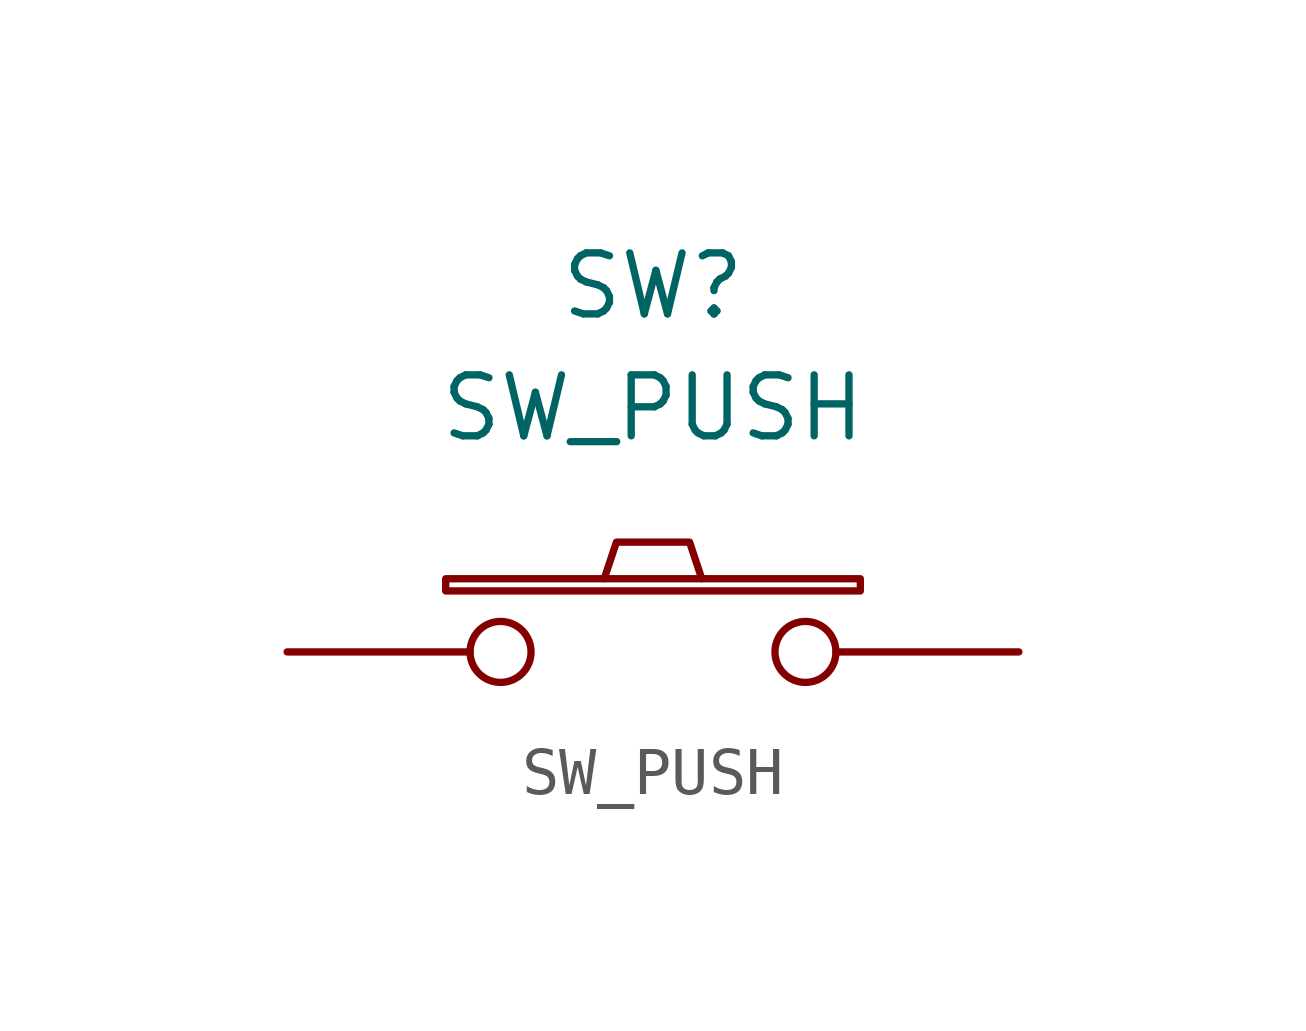
<source format=kicad_sym>
(kicad_symbol_lib
  (version 20211014)
  (generator kicad_symbol_editor)
  (symbol "SW_PUSH"
    (pin_numbers hide)
    (pin_names
      (offset 1.016) hide)
    (property "Reference" "SW"
      (at 0 7.62 0)
      (effects (font (size 1.27 1.27))))
    (property "Value" "SW_PUSH"
      (at 0 5.08 0)
      (effects (font (size 1.27 1.27))))
    (property "Datasheet" ""
      (at 0 0 0)
      (effects (font (size 1.524 1.524))))
    (symbol "SW_PUSH_0_1"
      (rectangle (start -4.318 1.27) (end 4.318 1.524) (stroke (width 0) (type default) (color 0 0 0 0)) (fill (type none)))
      (polyline (pts (xy -1.016 1.524) (xy -0.762 2.286) (xy 0.762 2.286) (xy 1.016 1.524)) (stroke (width 0) (type default) (color 0 0 0 0)) (fill (type none)))
      (pin passive inverted (at -7.62 0 0) (length 5.08) (name "1" (effects (font (size 1.524 1.524)))) (number "1" (effects (font (size 1.524 1.524)))))
      (pin passive inverted (at 7.62 0 180) (length 5.08) (name "2" (effects (font (size 1.524 1.524)))) (number "2" (effects (font (size 1.524 1.524))))))))
</source>
